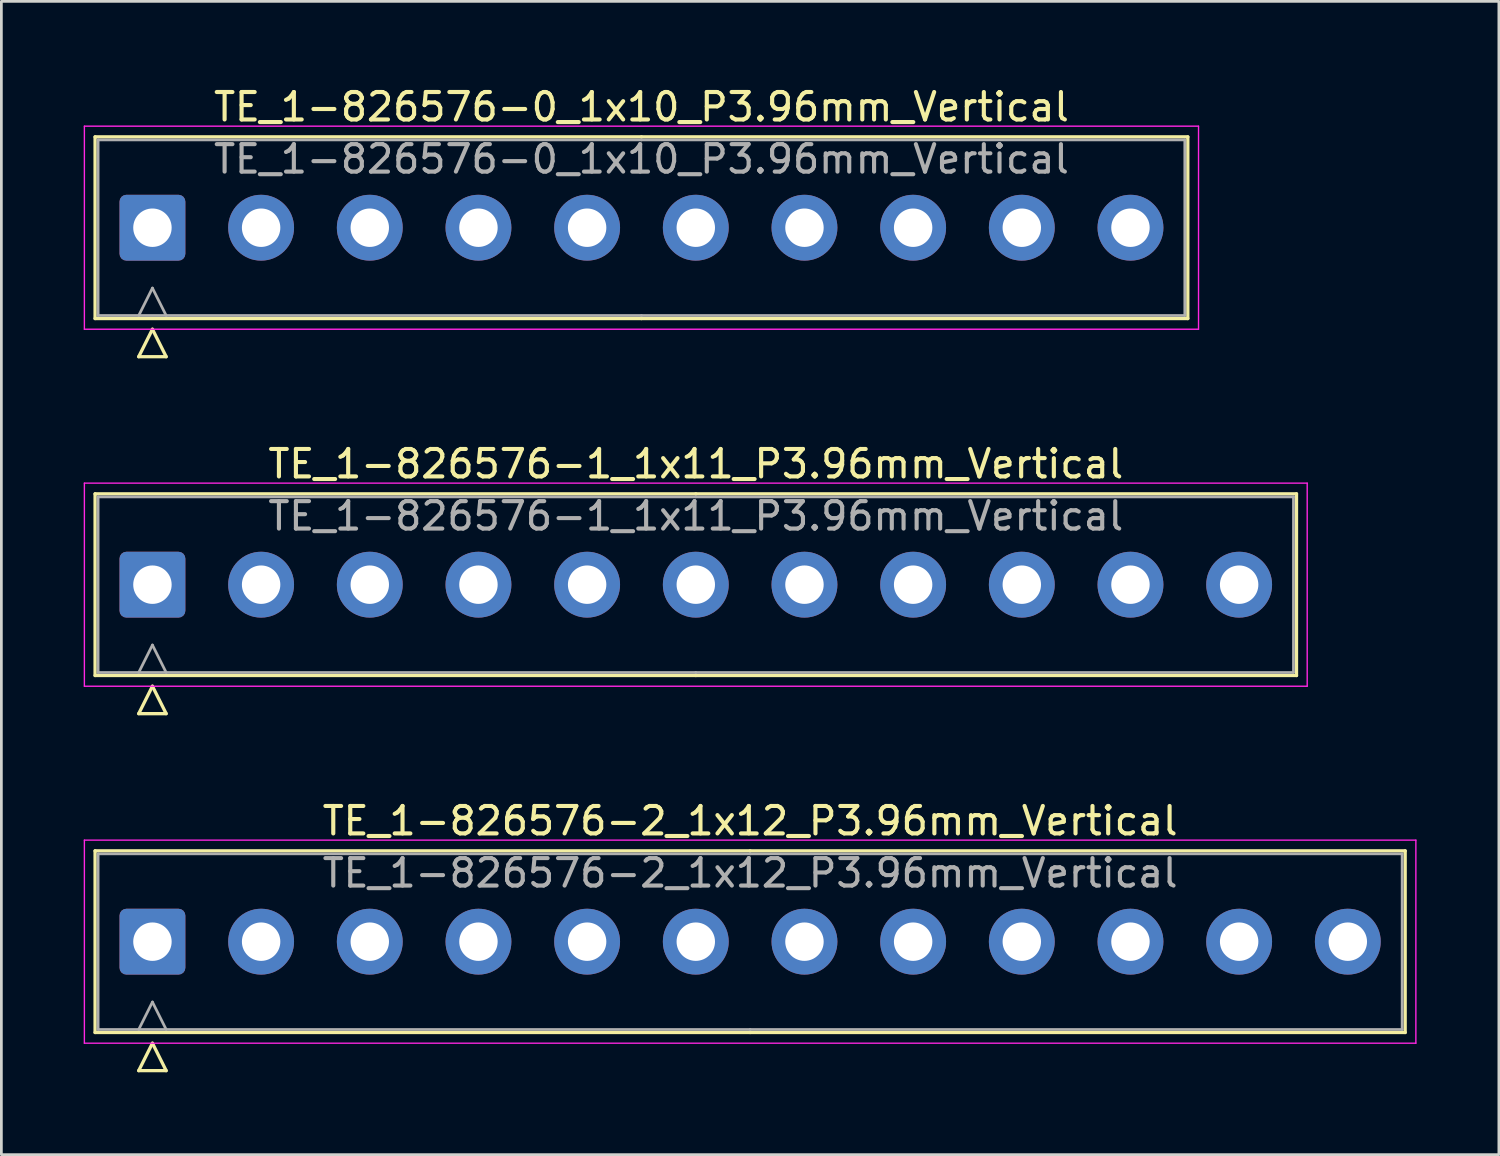
<source format=kicad_pcb>
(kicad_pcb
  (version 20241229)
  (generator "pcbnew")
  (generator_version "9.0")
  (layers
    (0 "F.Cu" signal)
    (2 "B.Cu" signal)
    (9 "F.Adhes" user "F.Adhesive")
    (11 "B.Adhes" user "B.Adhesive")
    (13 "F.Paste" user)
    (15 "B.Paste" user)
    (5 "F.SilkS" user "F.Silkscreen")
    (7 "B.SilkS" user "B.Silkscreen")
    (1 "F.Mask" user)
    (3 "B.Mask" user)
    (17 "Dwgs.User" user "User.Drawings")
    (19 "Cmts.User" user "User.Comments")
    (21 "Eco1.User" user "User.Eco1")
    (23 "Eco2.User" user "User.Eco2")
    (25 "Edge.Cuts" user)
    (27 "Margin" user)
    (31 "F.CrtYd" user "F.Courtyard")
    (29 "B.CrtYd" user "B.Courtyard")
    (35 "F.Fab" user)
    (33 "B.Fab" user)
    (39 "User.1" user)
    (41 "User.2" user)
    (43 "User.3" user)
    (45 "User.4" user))
  (footprint "TE_1-826576-0_1x10_P3.96mm_Vertical"
    (layer "F.Cu")
    (at 2.505 5.248)
    (property "Reference" "TE_1-826576-0_1x10_P3.96mm_Vertical" (at 17.82 -4.4 0) (layer "F.SilkS") (effects (font (size 1 1) (thickness 0.15))))
    (attr through_hole)
    (fp_line (start -2.09 -3.31) (end -2.09 3.31) (stroke (width 0.12) (type solid)) (layer "F.SilkS"))
    (fp_line (start -2.09 3.31) (end 17.82 3.31) (stroke (width 0.12) (type solid)) (layer "F.SilkS"))
    (fp_line (start -0.5 4.7) (end 0 3.7) (stroke (width 0.12) (type solid)) (layer "F.SilkS"))
    (fp_line (start 0 3.7) (end 0.5 4.7) (stroke (width 0.12) (type solid)) (layer "F.SilkS"))
    (fp_line (start 0.5 4.7) (end -0.5 4.7) (stroke (width 0.12) (type solid)) (layer "F.SilkS"))
    (fp_line (start 17.82 -3.31) (end -2.09 -3.31) (stroke (width 0.12) (type solid)) (layer "F.SilkS"))
    (fp_line (start 17.82 -3.31) (end 37.73 -3.31) (stroke (width 0.12) (type solid)) (layer "F.SilkS"))
    (fp_line (start 37.73 -3.31) (end 37.73 3.31) (stroke (width 0.12) (type solid)) (layer "F.SilkS"))
    (fp_line (start 37.73 3.31) (end 17.82 3.31) (stroke (width 0.12) (type solid)) (layer "F.SilkS"))
    (fp_line (start -2.48 -3.7) (end -2.48 3.7) (stroke (width 0.05) (type solid)) (layer "F.CrtYd"))
    (fp_line (start -2.48 3.7) (end 38.12 3.7) (stroke (width 0.05) (type solid)) (layer "F.CrtYd"))
    (fp_line (start 38.12 -3.7) (end -2.48 -3.7) (stroke (width 0.05) (type solid)) (layer "F.CrtYd"))
    (fp_line (start 38.12 3.7) (end 38.12 -3.7) (stroke (width 0.05) (type solid)) (layer "F.CrtYd"))
    (fp_line (start -1.98 -3.2) (end -1.98 3.2) (stroke (width 0.1) (type solid)) (layer "F.Fab"))
    (fp_line (start -1.98 3.2) (end 17.82 3.2) (stroke (width 0.1) (type solid)) (layer "F.Fab"))
    (fp_line (start -0.5 3.2) (end 0 2.2) (stroke (width 0.1) (type solid)) (layer "F.Fab"))
    (fp_line (start 0 2.2) (end 0.5 3.2) (stroke (width 0.1) (type solid)) (layer "F.Fab"))
    (fp_line (start 17.82 -3.2) (end -1.98 -3.2) (stroke (width 0.1) (type solid)) (layer "F.Fab"))
    (fp_line (start 17.82 -3.2) (end 37.62 -3.2) (stroke (width 0.1) (type solid)) (layer "F.Fab"))
    (fp_line (start 37.62 -3.2) (end 37.62 3.2) (stroke (width 0.1) (type solid)) (layer "F.Fab"))
    (fp_line (start 37.62 3.2) (end 17.82 3.2) (stroke (width 0.1) (type solid)) (layer "F.Fab"))
    (fp_text user "${REFERENCE}" (at 17.82 -2.5 0) (layer "F.Fab") (effects (font (size 1 1) (thickness 0.15))))
    (pad "1" thru_hole roundrect (at 0 0) (size 2.4 2.4) (drill 1.4) (layers "*.Cu" "*.Mask") (roundrect_rratio 0.104))
    (pad "2" thru_hole circle (at 3.96 0) (size 2.4 2.4) (drill 1.4) (layers "*.Cu" "*.Mask"))
    (pad "3" thru_hole circle (at 7.92 0) (size 2.4 2.4) (drill 1.4) (layers "*.Cu" "*.Mask"))
    (pad "4" thru_hole circle (at 11.88 0) (size 2.4 2.4) (drill 1.4) (layers "*.Cu" "*.Mask"))
    (pad "5" thru_hole circle (at 15.84 0) (size 2.4 2.4) (drill 1.4) (layers "*.Cu" "*.Mask"))
    (pad "6" thru_hole circle (at 19.8 0) (size 2.4 2.4) (drill 1.4) (layers "*.Cu" "*.Mask"))
    (pad "7" thru_hole circle (at 23.76 0) (size 2.4 2.4) (drill 1.4) (layers "*.Cu" "*.Mask"))
    (pad "8" thru_hole circle (at 27.72 0) (size 2.4 2.4) (drill 1.4) (layers "*.Cu" "*.Mask"))
    (pad "9" thru_hole circle (at 31.68 0) (size 2.4 2.4) (drill 1.4) (layers "*.Cu" "*.Mask"))
    (pad "10" thru_hole circle (at 35.64 0) (size 2.4 2.4) (drill 1.4) (layers "*.Cu" "*.Mask")))
  (footprint "TE_1-826576-1_1x11_P3.96mm_Vertical"
    (layer "F.Cu")
    (at 2.505 18.256)
    (property "Reference" "TE_1-826576-1_1x11_P3.96mm_Vertical" (at 19.8 -4.4 0) (layer "F.SilkS") (effects (font (size 1 1) (thickness 0.15))))
    (attr through_hole)
    (fp_line (start -2.09 -3.31) (end -2.09 3.31) (stroke (width 0.12) (type solid)) (layer "F.SilkS"))
    (fp_line (start -2.09 3.31) (end 19.8 3.31) (stroke (width 0.12) (type solid)) (layer "F.SilkS"))
    (fp_line (start -0.5 4.7) (end 0 3.7) (stroke (width 0.12) (type solid)) (layer "F.SilkS"))
    (fp_line (start 0 3.7) (end 0.5 4.7) (stroke (width 0.12) (type solid)) (layer "F.SilkS"))
    (fp_line (start 0.5 4.7) (end -0.5 4.7) (stroke (width 0.12) (type solid)) (layer "F.SilkS"))
    (fp_line (start 19.8 -3.31) (end -2.09 -3.31) (stroke (width 0.12) (type solid)) (layer "F.SilkS"))
    (fp_line (start 19.8 -3.31) (end 41.69 -3.31) (stroke (width 0.12) (type solid)) (layer "F.SilkS"))
    (fp_line (start 41.69 -3.31) (end 41.69 3.31) (stroke (width 0.12) (type solid)) (layer "F.SilkS"))
    (fp_line (start 41.69 3.31) (end 19.8 3.31) (stroke (width 0.12) (type solid)) (layer "F.SilkS"))
    (fp_line (start -2.48 -3.7) (end -2.48 3.7) (stroke (width 0.05) (type solid)) (layer "F.CrtYd"))
    (fp_line (start -2.48 3.7) (end 42.08 3.7) (stroke (width 0.05) (type solid)) (layer "F.CrtYd"))
    (fp_line (start 42.08 -3.7) (end -2.48 -3.7) (stroke (width 0.05) (type solid)) (layer "F.CrtYd"))
    (fp_line (start 42.08 3.7) (end 42.08 -3.7) (stroke (width 0.05) (type solid)) (layer "F.CrtYd"))
    (fp_line (start -1.98 -3.2) (end -1.98 3.2) (stroke (width 0.1) (type solid)) (layer "F.Fab"))
    (fp_line (start -1.98 3.2) (end 19.8 3.2) (stroke (width 0.1) (type solid)) (layer "F.Fab"))
    (fp_line (start -0.5 3.2) (end 0 2.2) (stroke (width 0.1) (type solid)) (layer "F.Fab"))
    (fp_line (start 0 2.2) (end 0.5 3.2) (stroke (width 0.1) (type solid)) (layer "F.Fab"))
    (fp_line (start 19.8 -3.2) (end -1.98 -3.2) (stroke (width 0.1) (type solid)) (layer "F.Fab"))
    (fp_line (start 19.8 -3.2) (end 41.58 -3.2) (stroke (width 0.1) (type solid)) (layer "F.Fab"))
    (fp_line (start 41.58 -3.2) (end 41.58 3.2) (stroke (width 0.1) (type solid)) (layer "F.Fab"))
    (fp_line (start 41.58 3.2) (end 19.8 3.2) (stroke (width 0.1) (type solid)) (layer "F.Fab"))
    (fp_text user "${REFERENCE}" (at 19.8 -2.5 0) (layer "F.Fab") (effects (font (size 1 1) (thickness 0.15))))
    (pad "1" thru_hole roundrect (at 0 0) (size 2.4 2.4) (drill 1.4) (layers "*.Cu" "*.Mask") (roundrect_rratio 0.104))
    (pad "2" thru_hole circle (at 3.96 0) (size 2.4 2.4) (drill 1.4) (layers "*.Cu" "*.Mask"))
    (pad "3" thru_hole circle (at 7.92 0) (size 2.4 2.4) (drill 1.4) (layers "*.Cu" "*.Mask"))
    (pad "4" thru_hole circle (at 11.88 0) (size 2.4 2.4) (drill 1.4) (layers "*.Cu" "*.Mask"))
    (pad "5" thru_hole circle (at 15.84 0) (size 2.4 2.4) (drill 1.4) (layers "*.Cu" "*.Mask"))
    (pad "6" thru_hole circle (at 19.8 0) (size 2.4 2.4) (drill 1.4) (layers "*.Cu" "*.Mask"))
    (pad "7" thru_hole circle (at 23.76 0) (size 2.4 2.4) (drill 1.4) (layers "*.Cu" "*.Mask"))
    (pad "8" thru_hole circle (at 27.72 0) (size 2.4 2.4) (drill 1.4) (layers "*.Cu" "*.Mask"))
    (pad "9" thru_hole circle (at 31.68 0) (size 2.4 2.4) (drill 1.4) (layers "*.Cu" "*.Mask"))
    (pad "10" thru_hole circle (at 35.64 0) (size 2.4 2.4) (drill 1.4) (layers "*.Cu" "*.Mask"))
    (pad "11" thru_hole circle (at 39.6 0) (size 2.4 2.4) (drill 1.4) (layers "*.Cu" "*.Mask")))
  (footprint "TE_1-826576-2_1x12_P3.96mm_Vertical"
    (layer "F.Cu")
    (at 2.505 31.265)
    (property "Reference" "TE_1-826576-2_1x12_P3.96mm_Vertical" (at 21.78 -4.4 0) (layer "F.SilkS") (effects (font (size 1 1) (thickness 0.15))))
    (attr through_hole)
    (fp_line (start -2.09 -3.31) (end -2.09 3.31) (stroke (width 0.12) (type solid)) (layer "F.SilkS"))
    (fp_line (start -2.09 3.31) (end 21.78 3.31) (stroke (width 0.12) (type solid)) (layer "F.SilkS"))
    (fp_line (start -0.5 4.7) (end 0 3.7) (stroke (width 0.12) (type solid)) (layer "F.SilkS"))
    (fp_line (start 0 3.7) (end 0.5 4.7) (stroke (width 0.12) (type solid)) (layer "F.SilkS"))
    (fp_line (start 0.5 4.7) (end -0.5 4.7) (stroke (width 0.12) (type solid)) (layer "F.SilkS"))
    (fp_line (start 21.78 -3.31) (end -2.09 -3.31) (stroke (width 0.12) (type solid)) (layer "F.SilkS"))
    (fp_line (start 21.78 -3.31) (end 45.65 -3.31) (stroke (width 0.12) (type solid)) (layer "F.SilkS"))
    (fp_line (start 45.65 -3.31) (end 45.65 3.31) (stroke (width 0.12) (type solid)) (layer "F.SilkS"))
    (fp_line (start 45.65 3.31) (end 21.78 3.31) (stroke (width 0.12) (type solid)) (layer "F.SilkS"))
    (fp_line (start -2.48 -3.7) (end -2.48 3.7) (stroke (width 0.05) (type solid)) (layer "F.CrtYd"))
    (fp_line (start -2.48 3.7) (end 46.04 3.7) (stroke (width 0.05) (type solid)) (layer "F.CrtYd"))
    (fp_line (start 46.04 -3.7) (end -2.48 -3.7) (stroke (width 0.05) (type solid)) (layer "F.CrtYd"))
    (fp_line (start 46.04 3.7) (end 46.04 -3.7) (stroke (width 0.05) (type solid)) (layer "F.CrtYd"))
    (fp_line (start -1.98 -3.2) (end -1.98 3.2) (stroke (width 0.1) (type solid)) (layer "F.Fab"))
    (fp_line (start -1.98 3.2) (end 21.78 3.2) (stroke (width 0.1) (type solid)) (layer "F.Fab"))
    (fp_line (start -0.5 3.2) (end 0 2.2) (stroke (width 0.1) (type solid)) (layer "F.Fab"))
    (fp_line (start 0 2.2) (end 0.5 3.2) (stroke (width 0.1) (type solid)) (layer "F.Fab"))
    (fp_line (start 21.78 -3.2) (end -1.98 -3.2) (stroke (width 0.1) (type solid)) (layer "F.Fab"))
    (fp_line (start 21.78 -3.2) (end 45.54 -3.2) (stroke (width 0.1) (type solid)) (layer "F.Fab"))
    (fp_line (start 45.54 -3.2) (end 45.54 3.2) (stroke (width 0.1) (type solid)) (layer "F.Fab"))
    (fp_line (start 45.54 3.2) (end 21.78 3.2) (stroke (width 0.1) (type solid)) (layer "F.Fab"))
    (fp_text user "${REFERENCE}" (at 21.78 -2.5 0) (layer "F.Fab") (effects (font (size 1 1) (thickness 0.15))))
    (pad "1" thru_hole roundrect (at 0 0) (size 2.4 2.4) (drill 1.4) (layers "*.Cu" "*.Mask") (roundrect_rratio 0.104))
    (pad "2" thru_hole circle (at 3.96 0) (size 2.4 2.4) (drill 1.4) (layers "*.Cu" "*.Mask"))
    (pad "3" thru_hole circle (at 7.92 0) (size 2.4 2.4) (drill 1.4) (layers "*.Cu" "*.Mask"))
    (pad "4" thru_hole circle (at 11.88 0) (size 2.4 2.4) (drill 1.4) (layers "*.Cu" "*.Mask"))
    (pad "5" thru_hole circle (at 15.84 0) (size 2.4 2.4) (drill 1.4) (layers "*.Cu" "*.Mask"))
    (pad "6" thru_hole circle (at 19.8 0) (size 2.4 2.4) (drill 1.4) (layers "*.Cu" "*.Mask"))
    (pad "7" thru_hole circle (at 23.76 0) (size 2.4 2.4) (drill 1.4) (layers "*.Cu" "*.Mask"))
    (pad "8" thru_hole circle (at 27.72 0) (size 2.4 2.4) (drill 1.4) (layers "*.Cu" "*.Mask"))
    (pad "9" thru_hole circle (at 31.68 0) (size 2.4 2.4) (drill 1.4) (layers "*.Cu" "*.Mask"))
    (pad "10" thru_hole circle (at 35.64 0) (size 2.4 2.4) (drill 1.4) (layers "*.Cu" "*.Mask"))
    (pad "11" thru_hole circle (at 39.6 0) (size 2.4 2.4) (drill 1.4) (layers "*.Cu" "*.Mask"))
    (pad "12" thru_hole circle (at 43.56 0) (size 2.4 2.4) (drill 1.4) (layers "*.Cu" "*.Mask")))
  (gr_rect
    (start -3 -3)
    (end 51.57 39.025)
    (stroke (width 0.1) (type default))
    (fill no)
    (layer "Edge.Cuts")))
</source>
